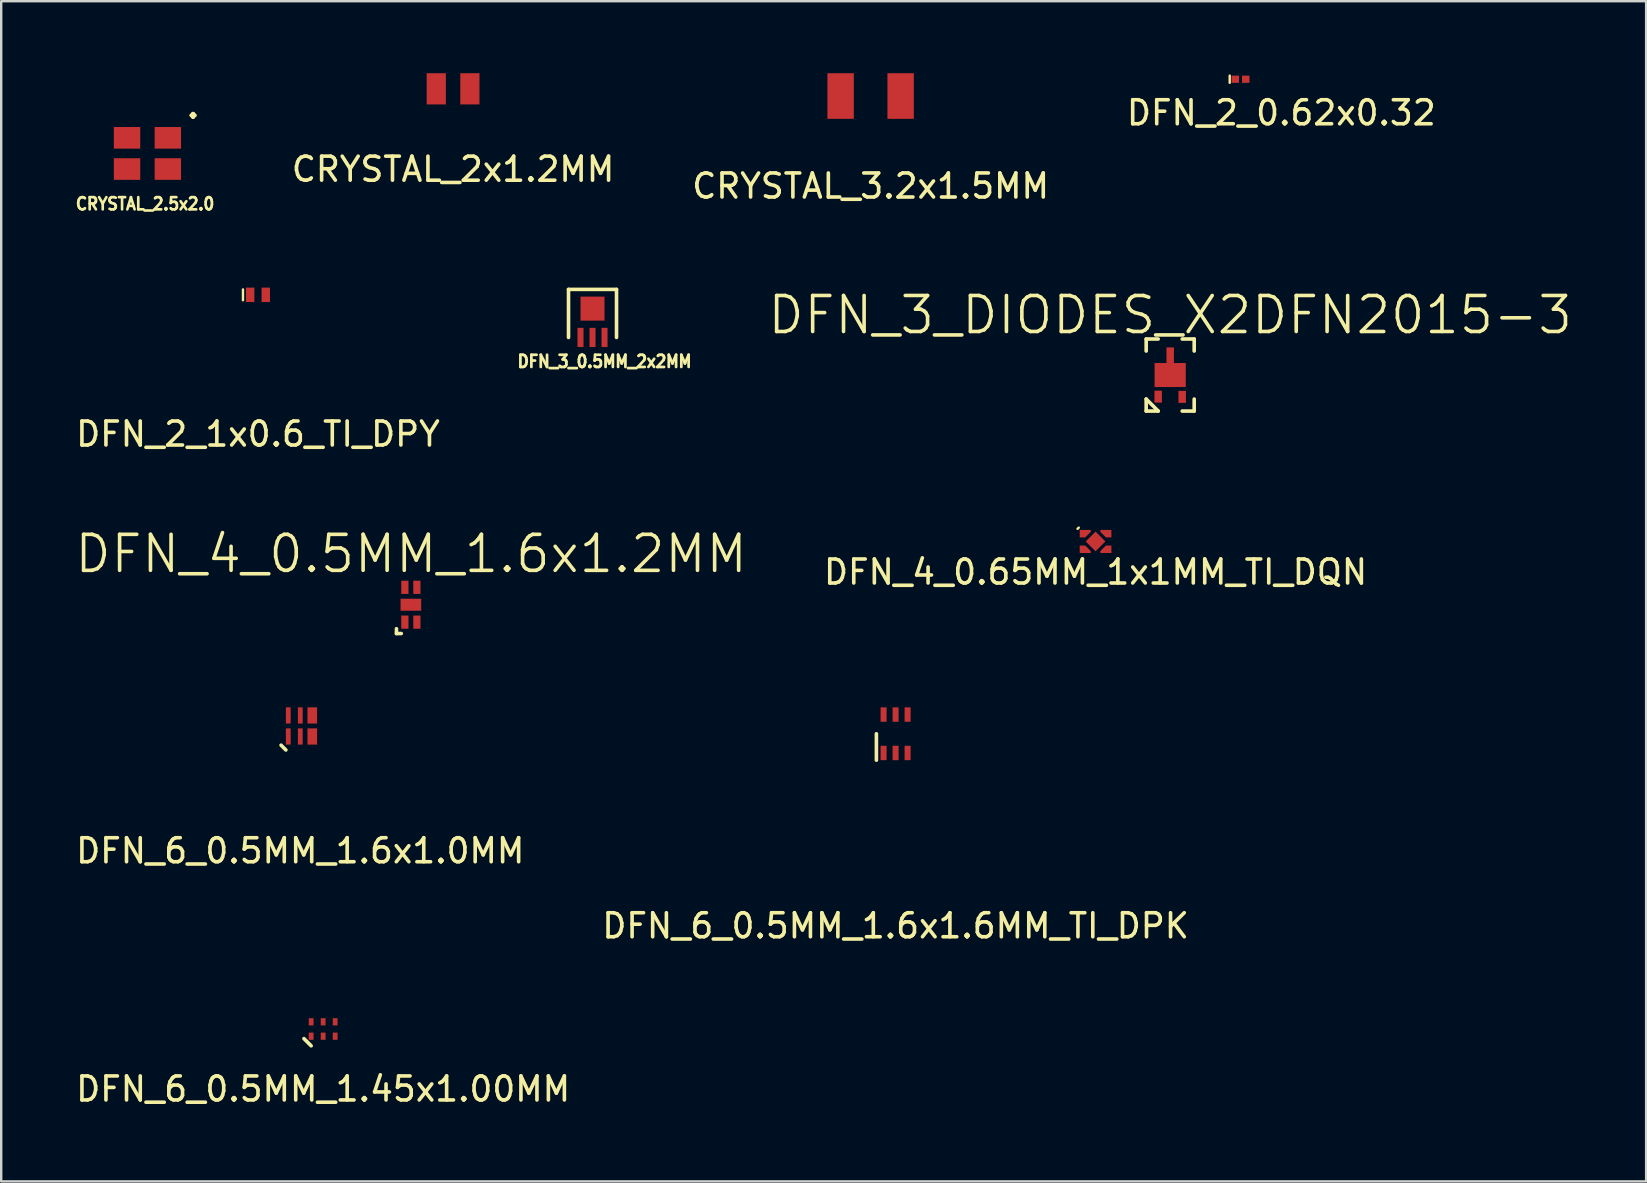
<source format=kicad_pcb>
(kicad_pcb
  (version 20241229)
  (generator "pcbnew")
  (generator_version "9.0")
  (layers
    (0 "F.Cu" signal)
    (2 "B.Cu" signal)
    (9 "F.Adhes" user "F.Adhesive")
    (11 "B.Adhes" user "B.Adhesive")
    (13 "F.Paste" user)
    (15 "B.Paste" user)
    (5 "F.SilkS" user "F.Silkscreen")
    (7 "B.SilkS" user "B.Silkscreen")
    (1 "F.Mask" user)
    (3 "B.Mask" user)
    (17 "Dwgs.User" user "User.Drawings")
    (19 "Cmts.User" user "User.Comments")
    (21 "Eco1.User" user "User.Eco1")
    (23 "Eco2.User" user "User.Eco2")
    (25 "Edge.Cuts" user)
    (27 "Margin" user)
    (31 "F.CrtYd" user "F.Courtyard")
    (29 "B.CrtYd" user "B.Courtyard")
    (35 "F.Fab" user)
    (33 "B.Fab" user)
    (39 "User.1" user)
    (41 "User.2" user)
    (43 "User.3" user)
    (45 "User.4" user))
  (footprint "CRYSTAL_2.5x2.0"
    (layer "F.Cu")
    (at 3.092 3.341)
    (property "Reference" "CRYSTAL_2.5x2.0" (at -0.1 2.1 0) (layer "F.SilkS") (effects (font (size 0.508 0.457) (thickness 0.11))))
    (attr smd)
    (fp_text user "." (at 1.9 -2.2 0) (layer "F.SilkS") (effects (font (size 1.5 1.5) (thickness 0.15))))
    (pad "" smd rect (at -0.85 -0.65) (size 1.1 0.9) (layers "F.Cu" "F.Mask" "F.Paste"))
    (pad "" smd rect (at 0.85 0.65) (size 1.1 0.9) (layers "F.Cu" "F.Mask" "F.Paste"))
    (pad "1" smd rect (at 0.85 -0.65) (size 1.1 0.9) (layers "F.Cu" "F.Mask" "F.Paste"))
    (pad "2" smd rect (at -0.85 0.65) (size 1.1 0.9) (layers "F.Cu" "F.Mask" "F.Paste")))
  (footprint "DFN_4_0.5MM_1.6x1.2MM"
    (layer "F.Cu")
    (at 14.065 22.14)
    (property "Reference" "DFN_4_0.5MM_1.6x1.2MM" (at 0.01 -2.12 0) (layer "F.SilkS") (effects (font (size 1.5 1.5) (thickness 0.15))))
    (attr through_hole)
    (fp_line (start -0.6 1.2) (end -0.6 1) (stroke (width 0.15) (type solid)) (layer "F.SilkS"))
    (fp_line (start -0.6 1.2) (end -0.4 1.2) (stroke (width 0.15) (type solid)) (layer "F.SilkS"))
    (pad "1" smd rect (at -0.25 0.725) (size 0.3 0.55) (layers "F.Cu" "F.Mask" "F.Paste"))
    (pad "2" smd rect (at 0.25 0.725) (size 0.3 0.55) (layers "F.Cu" "F.Mask" "F.Paste"))
    (pad "3" smd rect (at 0.25 -0.725) (size 0.3 0.55) (layers "F.Cu" "F.Mask" "F.Paste"))
    (pad "4" smd rect (at -0.25 -0.725) (size 0.3 0.55) (layers "F.Cu" "F.Mask" "F.Paste"))
    (pad "PAD" smd rect (at 0 0) (size 0.86 0.5) (layers "F.Cu" "F.Mask" "F.Paste")))
  (footprint "DFN_3_0.5MM_2x2MM"
    (layer "F.Cu")
    (at 21.631 11.006)
    (property "Reference" "DFN_3_0.5MM_2x2MM" (at 0.5 1 0) (layer "F.SilkS") (effects (font (size 0.508 0.457) (thickness 0.114))))
    (attr through_hole)
    (fp_line (start -1 -2) (end -1 0) (stroke (width 0.15) (type solid)) (layer "F.SilkS"))
    (fp_line (start -1 -2) (end 1 -2) (stroke (width 0.15) (type solid)) (layer "F.SilkS"))
    (fp_line (start 1 -2) (end 1 0) (stroke (width 0.15) (type solid)) (layer "F.SilkS"))
    (pad "1" smd rect (at -0.5 0) (size 0.25 0.8) (layers "F.Cu" "F.Mask" "F.Paste"))
    (pad "2" smd rect (at 0 0) (size 0.25 0.8) (layers "F.Cu" "F.Mask" "F.Paste"))
    (pad "3" smd rect (at 0.5 0) (size 0.25 0.8) (layers "F.Cu" "F.Mask" "F.Paste"))
    (pad "PAD" smd rect (at 0 -1.2) (size 1 1) (layers "F.Cu" "F.Mask" "F.Paste")))
  (footprint "DFN_6_0.5MM_1.6x1.0MM"
    (layer "F.Cu")
    (at 9.458 27.19)
    (property "Reference" "DFN_6_0.5MM_1.6x1.0MM" (at 0 5.2 0) (layer "F.SilkS") (effects (font (size 1 1) (thickness 0.15))))
    (attr smd)
    (fp_line (start -0.8 0.8) (end -0.6 1) (stroke (width 0.15) (type solid)) (layer "F.SilkS"))
    (pad "1" smd rect (at -0.5 0.438) (size 0.2 0.675) (layers "F.Cu" "F.Mask" "F.Paste"))
    (pad "2" smd rect (at 0 0.438) (size 0.2 0.675) (layers "F.Cu" "F.Mask" "F.Paste"))
    (pad "3" smd rect (at 0.5 0.438) (size 0.4 0.675) (layers "F.Cu" "F.Mask" "F.Paste"))
    (pad "4" smd rect (at 0.5 -0.438) (size 0.4 0.675) (layers "F.Cu" "F.Mask" "F.Paste"))
    (pad "5" smd rect (at 0 -0.438) (size 0.2 0.675) (layers "F.Cu" "F.Mask" "F.Paste"))
    (pad "6" smd rect (at -0.5 -0.438) (size 0.2 0.675) (layers "F.Cu" "F.Mask" "F.Paste")))
  (footprint "CRYSTAL_2x1.2MM"
    (layer "F.Cu")
    (at 15.823 0.65)
    (property "Reference" "CRYSTAL_2x1.2MM" (at 0 3.35 0) (layer "F.SilkS") (effects (font (size 1 1) (thickness 0.15))))
    (attr smd)
    (pad "1" smd rect (at -0.7 0) (size 0.8 1.3) (layers "F.Cu" "F.Mask" "F.Paste"))
    (pad "2" smd rect (at 0.7 0) (size 0.8 1.3) (layers "F.Cu" "F.Mask" "F.Paste")))
  (footprint "DFN_2_1x0.6_TI_DPY"
    (layer "F.Cu")
    (at 7.696 9.231)
    (property "Reference" "DFN_2_1x0.6_TI_DPY" (at 0 5.8 0) (unlocked yes) (layer "F.SilkS") (effects (font (size 1 1) (thickness 0.15))))
    (attr smd)
    (fp_line (start -0.625 -0.225) (end -0.625 0.225) (stroke (width 0.1) (type solid)) (layer "F.SilkS"))
    (pad "1" smd rect (at -0.325 0) (size 0.35 0.6) (layers "F.Cu" "F.Mask" "F.Paste"))
    (pad "2" smd rect (at 0.325 0) (size 0.35 0.6) (layers "F.Cu" "F.Mask" "F.Paste")))
  (footprint "DFN_6_0.5MM_1.6x1.6MM_TI_DPK"
    (layer "F.Cu")
    (at 34.256 27.515)
    (property "Reference" "DFN_6_0.5MM_1.6x1.6MM_TI_DPK" (at 0 8 0) (unlocked yes) (layer "F.SilkS") (effects (font (size 1 1) (thickness 0.15))))
    (attr smd)
    (fp_line (start -0.8 0) (end -0.8 1.1) (stroke (width 0.15) (type solid)) (layer "F.SilkS"))
    (pad "1" smd rect (at -0.5 0.8) (size 0.25 0.6) (layers "F.Cu" "F.Mask" "F.Paste"))
    (pad "2" smd rect (at 0 0.8) (size 0.25 0.6) (layers "F.Cu" "F.Mask" "F.Paste"))
    (pad "3" smd rect (at 0.5 0.8) (size 0.25 0.6) (layers "F.Cu" "F.Mask" "F.Paste"))
    (pad "4" smd rect (at 0.5 -0.8) (size 0.25 0.6) (layers "F.Cu" "F.Mask" "F.Paste"))
    (pad "5" smd rect (at 0 -0.8) (size 0.25 0.6) (layers "F.Cu" "F.Mask" "F.Paste"))
    (pad "6" smd rect (at -0.5 -0.8) (size 0.25 0.6) (layers "F.Cu" "F.Mask" "F.Paste")))
  (footprint "DFN_2_0.62x0.32"
    (layer "F.Cu")
    (at 48.623 0.25)
    (property "Reference" "DFN_2_0.62x0.32" (at 1.7 1.4 0) (layer "F.SilkS") (effects (font (size 1 1) (thickness 0.15))))
    (attr through_hole)
    (fp_line (start -0.45 -0.15) (end -0.45 0.15) (stroke (width 0.1) (type solid)) (layer "F.SilkS"))
    (pad "1" smd rect (at -0.218 0) (size 0.31 0.3) (layers "F.Cu" "F.Mask" "F.Paste"))
    (pad "2" smd rect (at 0.218 0) (size 0.31 0.3) (layers "F.Cu" "F.Mask" "F.Paste")))
  (footprint "CRYSTAL_3.2x1.5MM"
    (layer "F.Cu")
    (at 33.216 0.95)
    (property "Reference" "CRYSTAL_3.2x1.5MM" (at 0 3.75 0) (layer "F.SilkS") (effects (font (size 1 1) (thickness 0.15))))
    (attr through_hole)
    (pad "1" smd rect (at -1.25 0) (size 1.1 1.9) (layers "F.Cu" "F.Mask" "F.Paste"))
    (pad "2" smd rect (at 1.25 0) (size 1.1 1.9) (layers "F.Cu" "F.Mask" "F.Paste")))
  (footprint "DFN_6_0.5MM_1.45x1.00MM"
    (layer "F.Cu")
    (at 10.411 39.813)
    (property "Reference" "DFN_6_0.5MM_1.45x1.00MM" (at 0 2.5 0) (layer "F.SilkS") (effects (font (size 1 1) (thickness 0.15))))
    (attr through_hole)
    (fp_line (start -0.8 0.4) (end -0.5 0.7) (stroke (width 0.15) (type solid)) (layer "F.SilkS"))
    (pad "1" smd rect (at -0.5 0.3) (size 0.2 0.3) (layers "F.Cu" "F.Mask" "F.Paste"))
    (pad "2" smd rect (at 0 0.3) (size 0.2 0.3) (layers "F.Cu" "F.Mask" "F.Paste"))
    (pad "3" smd rect (at 0.5 0.3) (size 0.2 0.3) (layers "F.Cu" "F.Mask" "F.Paste"))
    (pad "4" smd rect (at 0.5 -0.3) (size 0.2 0.3) (layers "F.Cu" "F.Mask" "F.Paste"))
    (pad "5" smd rect (at 0 -0.3) (size 0.2 0.3) (layers "F.Cu" "F.Mask" "F.Paste"))
    (pad "6" smd rect (at -0.5 -0.3) (size 0.2 0.3) (layers "F.Cu" "F.Mask" "F.Paste")))
  (footprint "DFN_3_DIODES_X2DFN2015-3"
    (layer "F.Cu")
    (at 45.694 12.572)
    (property "Reference" "DFN_3_DIODES_X2DFN2015-3" (at 0 -2.5 0) (layer "F.SilkS") (effects (font (size 1.5 1.5) (thickness 0.15))))
    (attr through_hole)
    (fp_line (start -1 -1.5) (end -1 -1) (stroke (width 0.15) (type solid)) (layer "F.SilkS"))
    (fp_line (start -1 1) (end -1 1.5) (stroke (width 0.15) (type solid)) (layer "F.SilkS"))
    (fp_line (start -1 1) (end -0.5 1.5) (stroke (width 0.15) (type solid)) (layer "F.SilkS"))
    (fp_line (start -1 1.5) (end -0.5 1.5) (stroke (width 0.15) (type solid)) (layer "F.SilkS"))
    (fp_line (start -0.5 -1.5) (end -1 -1.5) (stroke (width 0.15) (type solid)) (layer "F.SilkS"))
    (fp_line (start 0.5 -1.5) (end 1 -1.5) (stroke (width 0.15) (type solid)) (layer "F.SilkS"))
    (fp_line (start 0.5 1.5) (end 1 1.5) (stroke (width 0.15) (type solid)) (layer "F.SilkS"))
    (fp_line (start 1 -1.5) (end 1 -1) (stroke (width 0.15) (type solid)) (layer "F.SilkS"))
    (fp_line (start 1 1.5) (end 1 1) (stroke (width 0.15) (type solid)) (layer "F.SilkS"))
    (pad "1" smd rect (at -0.5 0.9) (size 0.31 0.5) (layers "F.Cu" "F.Mask" "F.Paste"))
    (pad "2" smd rect (at 0.5 0.91) (size 0.31 0.5) (layers "F.Cu" "F.Mask" "F.Paste"))
    (pad "3" smd rect (at 0 -0.825) (size 0.31 0.65) (layers "F.Cu" "F.Mask" "F.Paste"))
    (pad "3" smd rect (at 0 0) (size 1.3 1) (layers "F.Cu" "F.Mask" "F.Paste")))
  (footprint "DFN_4_0.65MM_1x1MM_TI_DQN"
    (layer "F.Cu")
    (at 42.585 19.504)
    (property "Reference" "DFN_4_0.65MM_1x1MM_TI_DQN" (at 0 1.275 0) (layer "F.SilkS") (effects (font (size 1 1) (thickness 0.15))))
    (attr through_hole)
    (fp_line (start -0.7 -0.575) (end -0.75 -0.525) (stroke (width 0.1) (type solid)) (layer "F.SilkS"))
    (pad "1" smd custom (at -0.43 -0.325) (size 0.1 0.2) (layers "F.Cu" "F.Mask" "F.Paste") (options (anchor rect)) (primitives (gr_poly (pts (xy -0.23 -0.155) (xy 0.23 -0.155) (xy 0.23 -0.075) (xy 0 0.155) (xy -0.23 0.155)) (width 0) (fill yes))))
    (pad "2" smd custom (at -0.43 0.325 180) (size 0.1 0.2) (layers "F.Cu" "F.Mask" "F.Paste") (options (anchor rect)) (primitives (gr_poly (pts (xy 0.23 -0.155) (xy -0.23 -0.155) (xy -0.23 -0.075) (xy 0 0.155) (xy 0.23 0.155)) (width 0) (fill yes))))
    (pad "3" smd custom (at 0.43 0.325 180) (size 0.1 0.2) (layers "F.Cu" "F.Mask" "F.Paste") (options (anchor rect)) (primitives (gr_poly (pts (xy -0.23 -0.155) (xy 0.23 -0.155) (xy 0.23 -0.075) (xy 0 0.155) (xy -0.23 0.155)) (width 0) (fill yes))))
    (pad "4" smd custom (at 0.43 -0.325) (size 0.1 0.2) (layers "F.Cu" "F.Mask" "F.Paste") (options (anchor rect)) (primitives (gr_poly (pts (xy 0.23 -0.155) (xy -0.23 -0.155) (xy -0.23 -0.075) (xy 0 0.155) (xy 0.23 0.155)) (width 0) (fill yes))))
    (pad "PAD" smd rect (at 0 0 45) (size 0.58 0.58) (layers "F.Cu" "F.Mask" "F.Paste")))
  (gr_rect
    (start -3 -3)
    (end 65.519 46.161)
    (stroke (width 0.1) (type default))
    (fill no)
    (layer "Edge.Cuts")))
</source>
